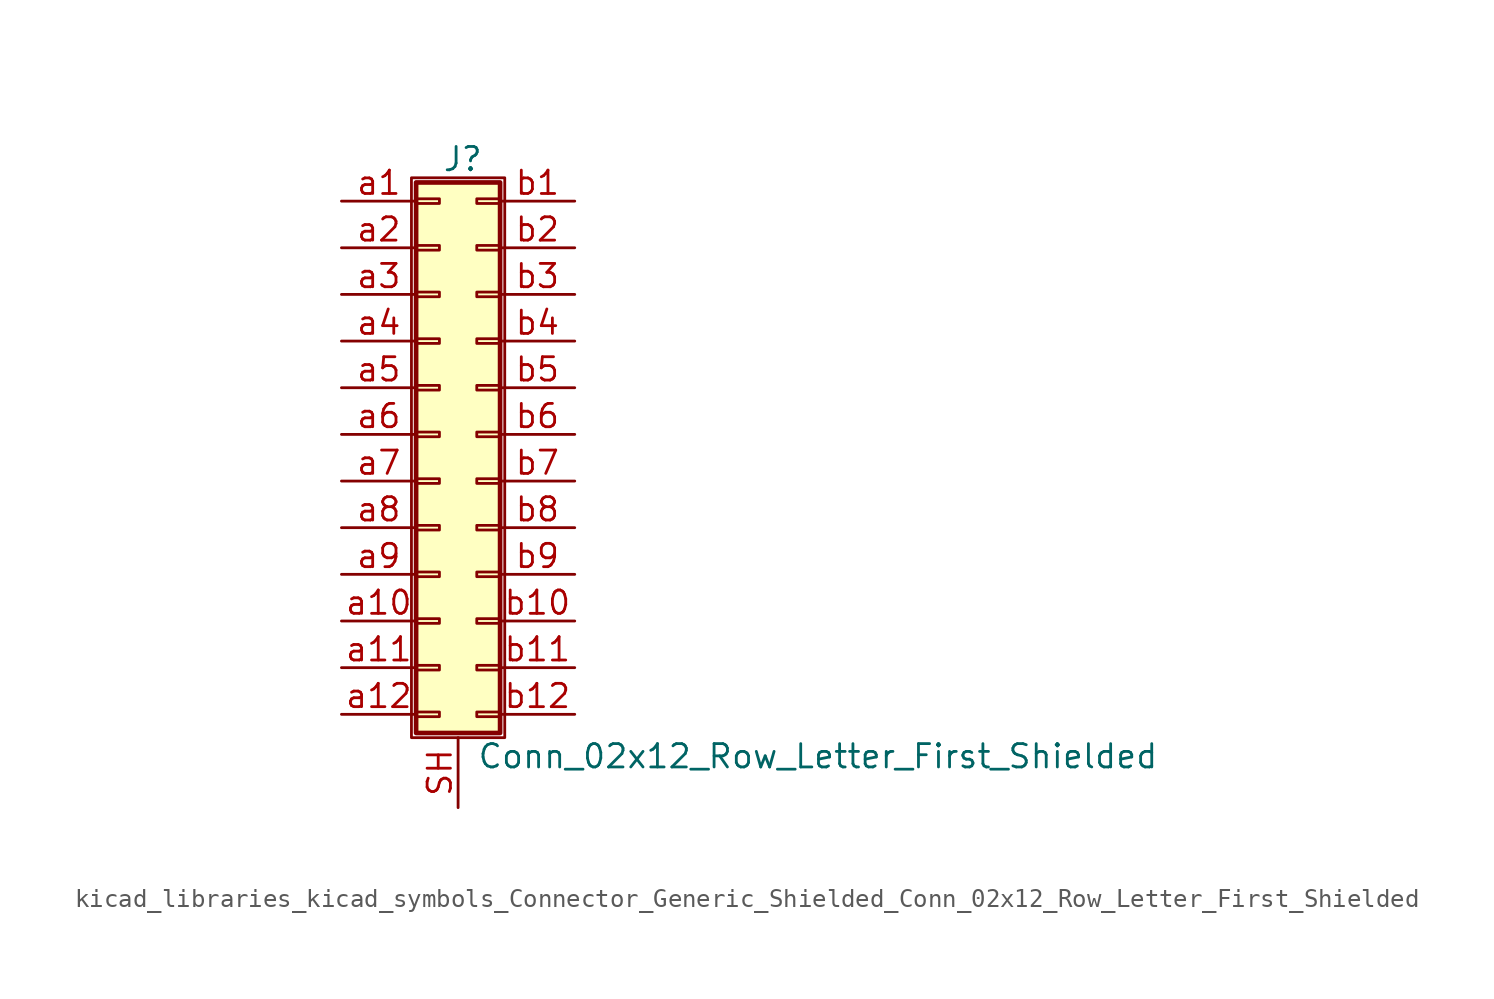
<source format=kicad_sym>
(kicad_symbol_lib
  (version 20220914)
  (generator kicad_symbol_editor)
  (symbol "kicad_libraries_kicad_symbols_Connector_Generic_Shielded_Conn_02x12_Row_Letter_First_Shielded"
    (pin_names
      (offset 1.016) hide)
    (property "Reference" "J"
      (at 1.524 14.986 0)
      (effects (font (size 1.27 1.27))))
    (property "Value" "Conn_02x12_Row_Letter_First_Shielded"
      (at 2.286 -17.526 0)
      (effects (font (size 1.27 1.27)) (justify left)))
    (symbol "kicad_libraries_kicad_symbols_Connector_Generic_Shielded_Conn_02x12_Row_Letter_First_Shielded_1_1"
      (rectangle (start -1.27 13.97) (end 3.81 -16.51) (stroke (width 0.152) (type default)) (fill (type none)))
      (rectangle (start -1.016 -15.113) (end 0.254 -15.367) (stroke (width 0.152) (type default)) (fill (type none)))
      (rectangle (start -1.016 -12.573) (end 0.254 -12.827) (stroke (width 0.152) (type default)) (fill (type none)))
      (rectangle (start -1.016 -10.033) (end 0.254 -10.287) (stroke (width 0.152) (type default)) (fill (type none)))
      (rectangle (start -1.016 -7.493) (end 0.254 -7.747) (stroke (width 0.152) (type default)) (fill (type none)))
      (rectangle (start -1.016 -4.953) (end 0.254 -5.207) (stroke (width 0.152) (type default)) (fill (type none)))
      (rectangle (start -1.016 -2.413) (end 0.254 -2.667) (stroke (width 0.152) (type default)) (fill (type none)))
      (rectangle (start -1.016 0.127) (end 0.254 -0.127) (stroke (width 0.152) (type default)) (fill (type none)))
      (rectangle (start -1.016 2.667) (end 0.254 2.413) (stroke (width 0.152) (type default)) (fill (type none)))
      (rectangle (start -1.016 5.207) (end 0.254 4.953) (stroke (width 0.152) (type default)) (fill (type none)))
      (rectangle (start -1.016 7.747) (end 0.254 7.493) (stroke (width 0.152) (type default)) (fill (type none)))
      (rectangle (start -1.016 10.287) (end 0.254 10.033) (stroke (width 0.152) (type default)) (fill (type none)))
      (rectangle (start -1.016 12.827) (end 0.254 12.573) (stroke (width 0.152) (type default)) (fill (type none)))
      (rectangle (start -1.016 13.716) (end 3.556 -16.256) (stroke (width 0.254) (type default)) (fill (type background)))
      (rectangle (start 3.556 -15.113) (end 2.286 -15.367) (stroke (width 0.152) (type default)) (fill (type none)))
      (rectangle (start 3.556 -12.573) (end 2.286 -12.827) (stroke (width 0.152) (type default)) (fill (type none)))
      (rectangle (start 3.556 -10.033) (end 2.286 -10.287) (stroke (width 0.152) (type default)) (fill (type none)))
      (rectangle (start 3.556 -7.493) (end 2.286 -7.747) (stroke (width 0.152) (type default)) (fill (type none)))
      (rectangle (start 3.556 -4.953) (end 2.286 -5.207) (stroke (width 0.152) (type default)) (fill (type none)))
      (rectangle (start 3.556 -2.413) (end 2.286 -2.667) (stroke (width 0.152) (type default)) (fill (type none)))
      (rectangle (start 3.556 0.127) (end 2.286 -0.127) (stroke (width 0.152) (type default)) (fill (type none)))
      (rectangle (start 3.556 2.667) (end 2.286 2.413) (stroke (width 0.152) (type default)) (fill (type none)))
      (rectangle (start 3.556 5.207) (end 2.286 4.953) (stroke (width 0.152) (type default)) (fill (type none)))
      (rectangle (start 3.556 7.747) (end 2.286 7.493) (stroke (width 0.152) (type default)) (fill (type none)))
      (rectangle (start 3.556 10.287) (end 2.286 10.033) (stroke (width 0.152) (type default)) (fill (type none)))
      (rectangle (start 3.556 12.827) (end 2.286 12.573) (stroke (width 0.152) (type default)) (fill (type none)))
      (pin passive line (at 1.27 -20.32 90) (length 3.81) (name "Shield" (effects (font (size 1.27 1.27)))) (number "SH" (effects (font (size 1.27 1.27)))))
      (pin passive line (at -5.08 12.7 0) (length 4.064) (name "Pin_a1" (effects (font (size 1.27 1.27)))) (number "a1" (effects (font (size 1.27 1.27)))))
      (pin passive line (at -5.08 -10.16 0) (length 4.064) (name "Pin_a10" (effects (font (size 1.27 1.27)))) (number "a10" (effects (font (size 1.27 1.27)))))
      (pin passive line (at -5.08 -12.7 0) (length 4.064) (name "Pin_a11" (effects (font (size 1.27 1.27)))) (number "a11" (effects (font (size 1.27 1.27)))))
      (pin passive line (at -5.08 -15.24 0) (length 4.064) (name "Pin_a12" (effects (font (size 1.27 1.27)))) (number "a12" (effects (font (size 1.27 1.27)))))
      (pin passive line (at -5.08 10.16 0) (length 4.064) (name "Pin_a2" (effects (font (size 1.27 1.27)))) (number "a2" (effects (font (size 1.27 1.27)))))
      (pin passive line (at -5.08 7.62 0) (length 4.064) (name "Pin_a3" (effects (font (size 1.27 1.27)))) (number "a3" (effects (font (size 1.27 1.27)))))
      (pin passive line (at -5.08 5.08 0) (length 4.064) (name "Pin_a4" (effects (font (size 1.27 1.27)))) (number "a4" (effects (font (size 1.27 1.27)))))
      (pin passive line (at -5.08 2.54 0) (length 4.064) (name "Pin_a5" (effects (font (size 1.27 1.27)))) (number "a5" (effects (font (size 1.27 1.27)))))
      (pin passive line (at -5.08 0 0) (length 4.064) (name "Pin_a6" (effects (font (size 1.27 1.27)))) (number "a6" (effects (font (size 1.27 1.27)))))
      (pin passive line (at -5.08 -2.54 0) (length 4.064) (name "Pin_a7" (effects (font (size 1.27 1.27)))) (number "a7" (effects (font (size 1.27 1.27)))))
      (pin passive line (at -5.08 -5.08 0) (length 4.064) (name "Pin_a8" (effects (font (size 1.27 1.27)))) (number "a8" (effects (font (size 1.27 1.27)))))
      (pin passive line (at -5.08 -7.62 0) (length 4.064) (name "Pin_a9" (effects (font (size 1.27 1.27)))) (number "a9" (effects (font (size 1.27 1.27)))))
      (pin passive line (at 7.62 12.7 180) (length 4.064) (name "Pin_b1" (effects (font (size 1.27 1.27)))) (number "b1" (effects (font (size 1.27 1.27)))))
      (pin passive line (at 7.62 -10.16 180) (length 4.064) (name "Pin_b10" (effects (font (size 1.27 1.27)))) (number "b10" (effects (font (size 1.27 1.27)))))
      (pin passive line (at 7.62 -12.7 180) (length 4.064) (name "Pin_b11" (effects (font (size 1.27 1.27)))) (number "b11" (effects (font (size 1.27 1.27)))))
      (pin passive line (at 7.62 -15.24 180) (length 4.064) (name "Pin_b12" (effects (font (size 1.27 1.27)))) (number "b12" (effects (font (size 1.27 1.27)))))
      (pin passive line (at 7.62 10.16 180) (length 4.064) (name "Pin_b2" (effects (font (size 1.27 1.27)))) (number "b2" (effects (font (size 1.27 1.27)))))
      (pin passive line (at 7.62 7.62 180) (length 4.064) (name "Pin_b3" (effects (font (size 1.27 1.27)))) (number "b3" (effects (font (size 1.27 1.27)))))
      (pin passive line (at 7.62 5.08 180) (length 4.064) (name "Pin_b4" (effects (font (size 1.27 1.27)))) (number "b4" (effects (font (size 1.27 1.27)))))
      (pin passive line (at 7.62 2.54 180) (length 4.064) (name "Pin_b5" (effects (font (size 1.27 1.27)))) (number "b5" (effects (font (size 1.27 1.27)))))
      (pin passive line (at 7.62 0 180) (length 4.064) (name "Pin_b6" (effects (font (size 1.27 1.27)))) (number "b6" (effects (font (size 1.27 1.27)))))
      (pin passive line (at 7.62 -2.54 180) (length 4.064) (name "Pin_b7" (effects (font (size 1.27 1.27)))) (number "b7" (effects (font (size 1.27 1.27)))))
      (pin passive line (at 7.62 -5.08 180) (length 4.064) (name "Pin_b8" (effects (font (size 1.27 1.27)))) (number "b8" (effects (font (size 1.27 1.27)))))
      (pin passive line (at 7.62 -7.62 180) (length 4.064) (name "Pin_b9" (effects (font (size 1.27 1.27)))) (number "b9" (effects (font (size 1.27 1.27))))))))
</source>
